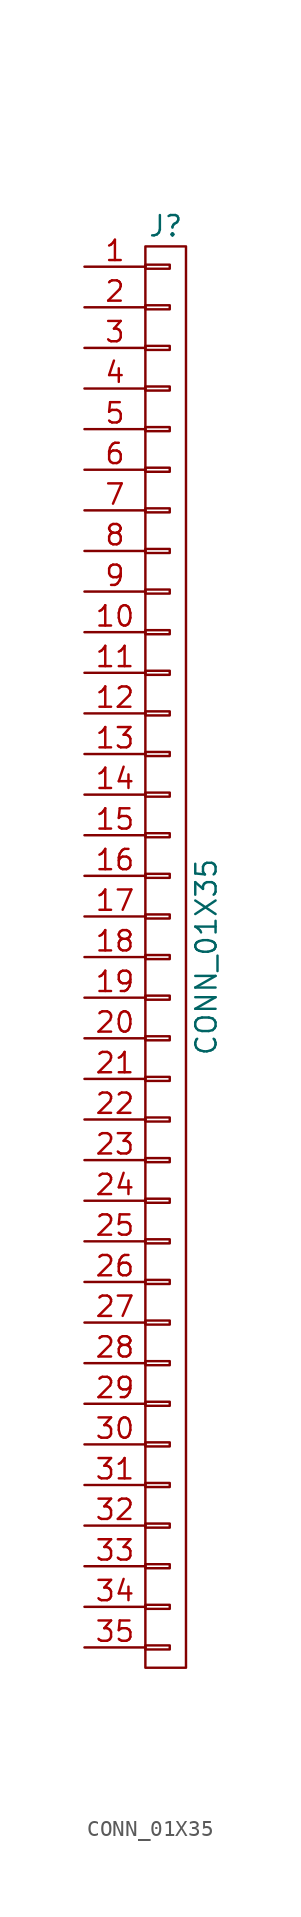
<source format=kicad_sym>
(kicad_symbol_lib
  (version 20211014)
  (generator kicad_symbol_editor)
  (symbol "CONN_01X35"
    (pin_names
      (offset 1.016) hide)
    (property "Reference" "J"
      (at 0 45.72 0)
      (effects (font (size 1.27 1.27))))
    (property "Value" "CONN_01X35"
      (at 2.54 0 90)
      (effects (font (size 1.27 1.27))))
    (symbol "CONN_01X35_0_1"
      (rectangle (start -1.27 -44.45) (end 1.27 44.45) (stroke (width 0) (type default) (color 0 0 0 0)) (fill (type none)))
      (rectangle (start -1.27 -43.053) (end 0.254 -43.307) (stroke (width 0) (type default) (color 0 0 0 0)) (fill (type none)))
      (rectangle (start -1.27 -40.513) (end 0.254 -40.767) (stroke (width 0) (type default) (color 0 0 0 0)) (fill (type none)))
      (rectangle (start -1.27 -37.973) (end 0.254 -38.227) (stroke (width 0) (type default) (color 0 0 0 0)) (fill (type none)))
      (rectangle (start -1.27 -35.433) (end 0.254 -35.687) (stroke (width 0) (type default) (color 0 0 0 0)) (fill (type none)))
      (rectangle (start -1.27 -32.893) (end 0.254 -33.147) (stroke (width 0) (type default) (color 0 0 0 0)) (fill (type none)))
      (rectangle (start -1.27 -30.353) (end 0.254 -30.607) (stroke (width 0) (type default) (color 0 0 0 0)) (fill (type none)))
      (rectangle (start -1.27 -27.813) (end 0.254 -28.067) (stroke (width 0) (type default) (color 0 0 0 0)) (fill (type none)))
      (rectangle (start -1.27 -25.273) (end 0.254 -25.527) (stroke (width 0) (type default) (color 0 0 0 0)) (fill (type none)))
      (rectangle (start -1.27 -22.733) (end 0.254 -22.987) (stroke (width 0) (type default) (color 0 0 0 0)) (fill (type none)))
      (rectangle (start -1.27 -20.193) (end 0.254 -20.447) (stroke (width 0) (type default) (color 0 0 0 0)) (fill (type none)))
      (rectangle (start -1.27 -17.653) (end 0.254 -17.907) (stroke (width 0) (type default) (color 0 0 0 0)) (fill (type none)))
      (rectangle (start -1.27 -15.113) (end 0.254 -15.367) (stroke (width 0) (type default) (color 0 0 0 0)) (fill (type none)))
      (rectangle (start -1.27 -12.573) (end 0.254 -12.827) (stroke (width 0) (type default) (color 0 0 0 0)) (fill (type none)))
      (rectangle (start -1.27 -10.033) (end 0.254 -10.287) (stroke (width 0) (type default) (color 0 0 0 0)) (fill (type none)))
      (rectangle (start -1.27 -7.493) (end 0.254 -7.747) (stroke (width 0) (type default) (color 0 0 0 0)) (fill (type none)))
      (rectangle (start -1.27 -4.953) (end 0.254 -5.207) (stroke (width 0) (type default) (color 0 0 0 0)) (fill (type none)))
      (rectangle (start -1.27 -2.413) (end 0.254 -2.667) (stroke (width 0) (type default) (color 0 0 0 0)) (fill (type none)))
      (rectangle (start -1.27 0.127) (end 0.254 -0.127) (stroke (width 0) (type default) (color 0 0 0 0)) (fill (type none)))
      (rectangle (start -1.27 2.667) (end 0.254 2.413) (stroke (width 0) (type default) (color 0 0 0 0)) (fill (type none)))
      (rectangle (start -1.27 5.207) (end 0.254 4.953) (stroke (width 0) (type default) (color 0 0 0 0)) (fill (type none)))
      (rectangle (start -1.27 7.747) (end 0.254 7.493) (stroke (width 0) (type default) (color 0 0 0 0)) (fill (type none)))
      (rectangle (start -1.27 10.287) (end 0.254 10.033) (stroke (width 0) (type default) (color 0 0 0 0)) (fill (type none)))
      (rectangle (start -1.27 12.827) (end 0.254 12.573) (stroke (width 0) (type default) (color 0 0 0 0)) (fill (type none)))
      (rectangle (start -1.27 15.367) (end 0.254 15.113) (stroke (width 0) (type default) (color 0 0 0 0)) (fill (type none)))
      (rectangle (start -1.27 17.907) (end 0.254 17.653) (stroke (width 0) (type default) (color 0 0 0 0)) (fill (type none)))
      (rectangle (start -1.27 20.447) (end 0.254 20.193) (stroke (width 0) (type default) (color 0 0 0 0)) (fill (type none)))
      (rectangle (start -1.27 22.987) (end 0.254 22.733) (stroke (width 0) (type default) (color 0 0 0 0)) (fill (type none)))
      (rectangle (start -1.27 25.527) (end 0.254 25.273) (stroke (width 0) (type default) (color 0 0 0 0)) (fill (type none)))
      (rectangle (start -1.27 28.067) (end 0.254 27.813) (stroke (width 0) (type default) (color 0 0 0 0)) (fill (type none)))
      (rectangle (start -1.27 30.607) (end 0.254 30.353) (stroke (width 0) (type default) (color 0 0 0 0)) (fill (type none)))
      (rectangle (start -1.27 33.147) (end 0.254 32.893) (stroke (width 0) (type default) (color 0 0 0 0)) (fill (type none)))
      (rectangle (start -1.27 35.687) (end 0.254 35.433) (stroke (width 0) (type default) (color 0 0 0 0)) (fill (type none)))
      (rectangle (start -1.27 38.227) (end 0.254 37.973) (stroke (width 0) (type default) (color 0 0 0 0)) (fill (type none)))
      (rectangle (start -1.27 40.767) (end 0.254 40.513) (stroke (width 0) (type default) (color 0 0 0 0)) (fill (type none)))
      (rectangle (start -1.27 43.307) (end 0.254 43.053) (stroke (width 0) (type default) (color 0 0 0 0)) (fill (type none))))
    (symbol "CONN_01X35_1_1"
      (pin passive line (at -5.08 43.18 0) (length 3.81) (name "P1" (effects (font (size 1.27 1.27)))) (number "1" (effects (font (size 1.27 1.27)))))
      (pin passive line (at -5.08 20.32 0) (length 3.81) (name "P10" (effects (font (size 1.27 1.27)))) (number "10" (effects (font (size 1.27 1.27)))))
      (pin passive line (at -5.08 17.78 0) (length 3.81) (name "P11" (effects (font (size 1.27 1.27)))) (number "11" (effects (font (size 1.27 1.27)))))
      (pin passive line (at -5.08 15.24 0) (length 3.81) (name "P12" (effects (font (size 1.27 1.27)))) (number "12" (effects (font (size 1.27 1.27)))))
      (pin passive line (at -5.08 12.7 0) (length 3.81) (name "P13" (effects (font (size 1.27 1.27)))) (number "13" (effects (font (size 1.27 1.27)))))
      (pin passive line (at -5.08 10.16 0) (length 3.81) (name "P14" (effects (font (size 1.27 1.27)))) (number "14" (effects (font (size 1.27 1.27)))))
      (pin passive line (at -5.08 7.62 0) (length 3.81) (name "P15" (effects (font (size 1.27 1.27)))) (number "15" (effects (font (size 1.27 1.27)))))
      (pin passive line (at -5.08 5.08 0) (length 3.81) (name "P16" (effects (font (size 1.27 1.27)))) (number "16" (effects (font (size 1.27 1.27)))))
      (pin passive line (at -5.08 2.54 0) (length 3.81) (name "P17" (effects (font (size 1.27 1.27)))) (number "17" (effects (font (size 1.27 1.27)))))
      (pin passive line (at -5.08 0 0) (length 3.81) (name "P18" (effects (font (size 1.27 1.27)))) (number "18" (effects (font (size 1.27 1.27)))))
      (pin passive line (at -5.08 -2.54 0) (length 3.81) (name "P19" (effects (font (size 1.27 1.27)))) (number "19" (effects (font (size 1.27 1.27)))))
      (pin passive line (at -5.08 40.64 0) (length 3.81) (name "P2" (effects (font (size 1.27 1.27)))) (number "2" (effects (font (size 1.27 1.27)))))
      (pin passive line (at -5.08 -5.08 0) (length 3.81) (name "P20" (effects (font (size 1.27 1.27)))) (number "20" (effects (font (size 1.27 1.27)))))
      (pin passive line (at -5.08 -7.62 0) (length 3.81) (name "P21" (effects (font (size 1.27 1.27)))) (number "21" (effects (font (size 1.27 1.27)))))
      (pin passive line (at -5.08 -10.16 0) (length 3.81) (name "P22" (effects (font (size 1.27 1.27)))) (number "22" (effects (font (size 1.27 1.27)))))
      (pin passive line (at -5.08 -12.7 0) (length 3.81) (name "P23" (effects (font (size 1.27 1.27)))) (number "23" (effects (font (size 1.27 1.27)))))
      (pin passive line (at -5.08 -15.24 0) (length 3.81) (name "P24" (effects (font (size 1.27 1.27)))) (number "24" (effects (font (size 1.27 1.27)))))
      (pin passive line (at -5.08 -17.78 0) (length 3.81) (name "P25" (effects (font (size 1.27 1.27)))) (number "25" (effects (font (size 1.27 1.27)))))
      (pin passive line (at -5.08 -20.32 0) (length 3.81) (name "P26" (effects (font (size 1.27 1.27)))) (number "26" (effects (font (size 1.27 1.27)))))
      (pin passive line (at -5.08 -22.86 0) (length 3.81) (name "P27" (effects (font (size 1.27 1.27)))) (number "27" (effects (font (size 1.27 1.27)))))
      (pin passive line (at -5.08 -25.4 0) (length 3.81) (name "P28" (effects (font (size 1.27 1.27)))) (number "28" (effects (font (size 1.27 1.27)))))
      (pin passive line (at -5.08 -27.94 0) (length 3.81) (name "P29" (effects (font (size 1.27 1.27)))) (number "29" (effects (font (size 1.27 1.27)))))
      (pin passive line (at -5.08 38.1 0) (length 3.81) (name "P3" (effects (font (size 1.27 1.27)))) (number "3" (effects (font (size 1.27 1.27)))))
      (pin passive line (at -5.08 -30.48 0) (length 3.81) (name "P30" (effects (font (size 1.27 1.27)))) (number "30" (effects (font (size 1.27 1.27)))))
      (pin passive line (at -5.08 -33.02 0) (length 3.81) (name "P31" (effects (font (size 1.27 1.27)))) (number "31" (effects (font (size 1.27 1.27)))))
      (pin passive line (at -5.08 -35.56 0) (length 3.81) (name "P32" (effects (font (size 1.27 1.27)))) (number "32" (effects (font (size 1.27 1.27)))))
      (pin passive line (at -5.08 -38.1 0) (length 3.81) (name "P33" (effects (font (size 1.27 1.27)))) (number "33" (effects (font (size 1.27 1.27)))))
      (pin passive line (at -5.08 -40.64 0) (length 3.81) (name "P34" (effects (font (size 1.27 1.27)))) (number "34" (effects (font (size 1.27 1.27)))))
      (pin passive line (at -5.08 -43.18 0) (length 3.81) (name "P35" (effects (font (size 1.27 1.27)))) (number "35" (effects (font (size 1.27 1.27)))))
      (pin passive line (at -5.08 35.56 0) (length 3.81) (name "P4" (effects (font (size 1.27 1.27)))) (number "4" (effects (font (size 1.27 1.27)))))
      (pin passive line (at -5.08 33.02 0) (length 3.81) (name "P5" (effects (font (size 1.27 1.27)))) (number "5" (effects (font (size 1.27 1.27)))))
      (pin passive line (at -5.08 30.48 0) (length 3.81) (name "P6" (effects (font (size 1.27 1.27)))) (number "6" (effects (font (size 1.27 1.27)))))
      (pin passive line (at -5.08 27.94 0) (length 3.81) (name "P7" (effects (font (size 1.27 1.27)))) (number "7" (effects (font (size 1.27 1.27)))))
      (pin passive line (at -5.08 25.4 0) (length 3.81) (name "P8" (effects (font (size 1.27 1.27)))) (number "8" (effects (font (size 1.27 1.27)))))
      (pin passive line (at -5.08 22.86 0) (length 3.81) (name "P9" (effects (font (size 1.27 1.27)))) (number "9" (effects (font (size 1.27 1.27))))))))
</source>
